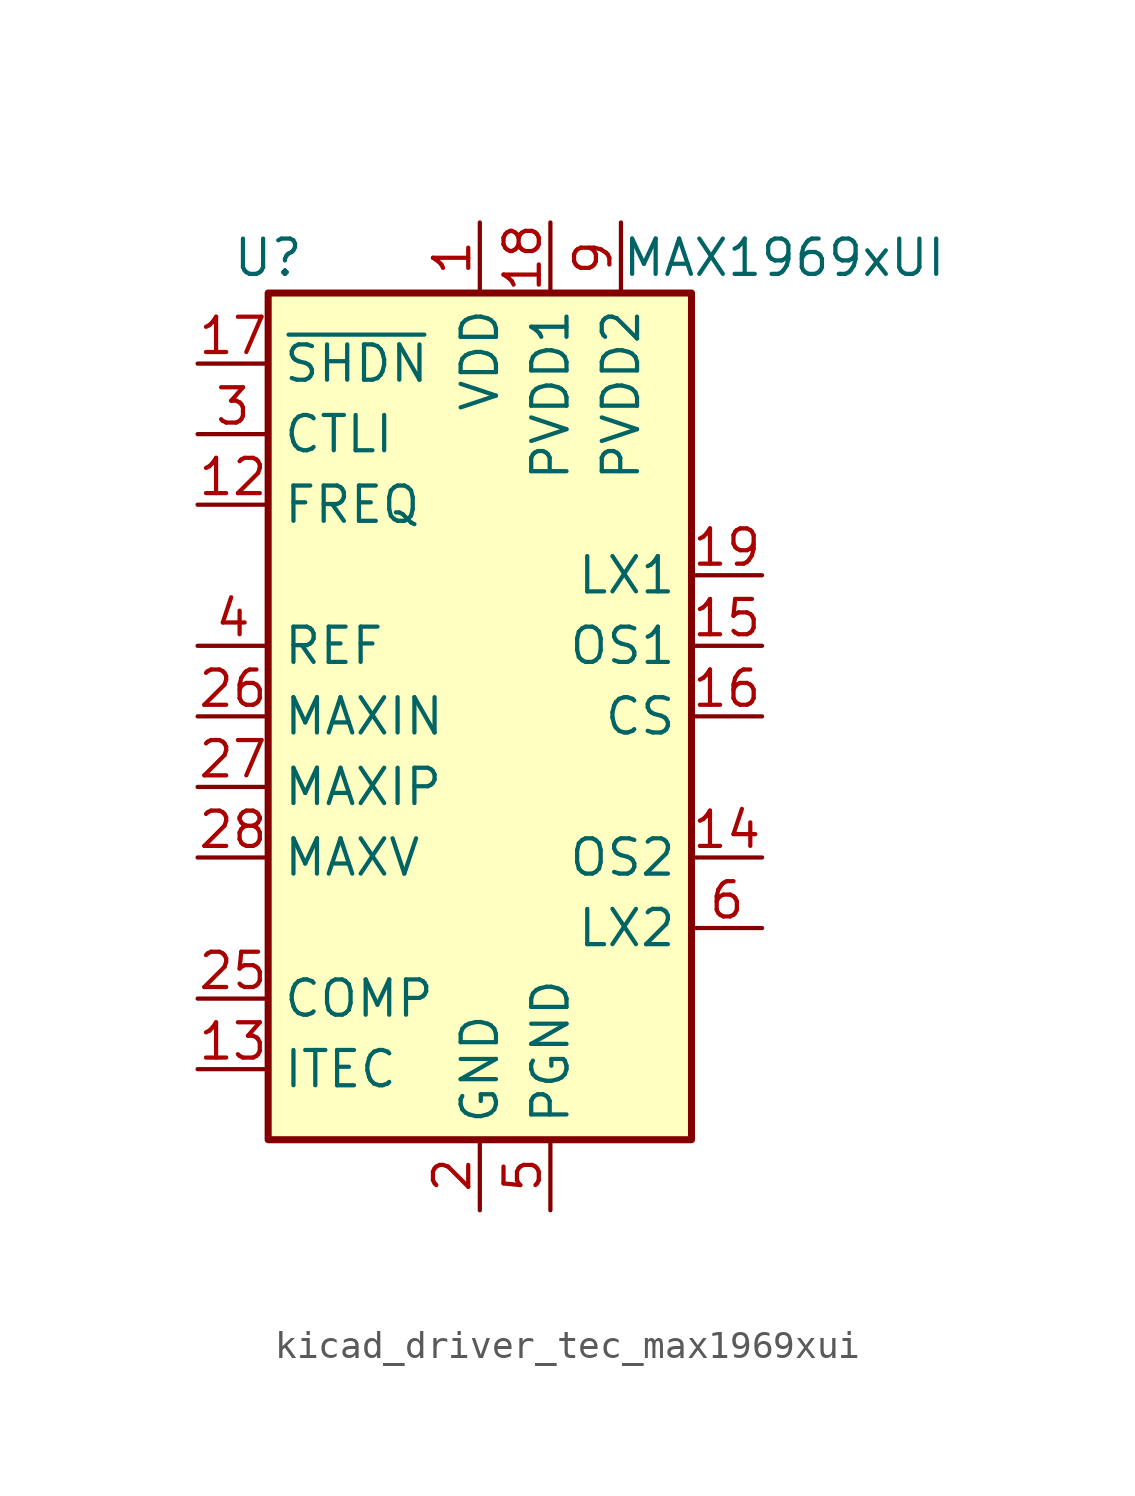
<source format=kicad_sym>
(kicad_symbol_lib
  (version 20220914)
  (generator kicad_symbol_editor)
  (symbol "kicad_driver_tec_max1969xui"
    (property "Reference" "U"
      (at -7.62 16.51 0)
      (effects (font (size 1.27 1.27))))
    (property "Value" "MAX1969xUI"
      (at 5.08 16.51 0)
      (effects (font (size 1.27 1.27)) (justify left)))
    (symbol "kicad_driver_tec_max1969xui_0_1"
      (rectangle (start -7.62 15.24) (end 7.62 -15.24) (stroke (width 0.254) (type default)) (fill (type background))))
    (symbol "kicad_driver_tec_max1969xui_1_1"
      (pin power_in line (at 0 17.78 270) (length 2.54) (name "VDD" (effects (font (size 1.27 1.27)))) (number "1" (effects (font (size 1.27 1.27)))))
      (pin passive line (at 10.16 -7.62 180) (length 2.54) hide (name "LX2" (effects (font (size 1.27 1.27)))) (number "10" (effects (font (size 1.27 1.27)))))
      (pin passive line (at 5.08 17.78 270) (length 2.54) hide (name "PVDD2" (effects (font (size 1.27 1.27)))) (number "11" (effects (font (size 1.27 1.27)))))
      (pin input line (at -10.16 7.62 0) (length 2.54) (name "FREQ" (effects (font (size 1.27 1.27)))) (number "12" (effects (font (size 1.27 1.27)))))
      (pin output line (at -10.16 -12.7 0) (length 2.54) (name "ITEC" (effects (font (size 1.27 1.27)))) (number "13" (effects (font (size 1.27 1.27)))))
      (pin input line (at 10.16 -5.08 180) (length 2.54) (name "OS2" (effects (font (size 1.27 1.27)))) (number "14" (effects (font (size 1.27 1.27)))))
      (pin input line (at 10.16 2.54 180) (length 2.54) (name "OS1" (effects (font (size 1.27 1.27)))) (number "15" (effects (font (size 1.27 1.27)))))
      (pin input line (at 10.16 0 180) (length 2.54) (name "CS" (effects (font (size 1.27 1.27)))) (number "16" (effects (font (size 1.27 1.27)))))
      (pin input line (at -10.16 12.7 0) (length 2.54) (name "~{SHDN}" (effects (font (size 1.27 1.27)))) (number "17" (effects (font (size 1.27 1.27)))))
      (pin power_in line (at 2.54 17.78 270) (length 2.54) (name "PVDD1" (effects (font (size 1.27 1.27)))) (number "18" (effects (font (size 1.27 1.27)))))
      (pin power_out line (at 10.16 5.08 180) (length 2.54) (name "LX1" (effects (font (size 1.27 1.27)))) (number "19" (effects (font (size 1.27 1.27)))))
      (pin power_in line (at 0 -17.78 90) (length 2.54) (name "GND" (effects (font (size 1.27 1.27)))) (number "2" (effects (font (size 1.27 1.27)))))
      (pin passive line (at 2.54 17.78 270) (length 2.54) hide (name "PVDD1" (effects (font (size 1.27 1.27)))) (number "20" (effects (font (size 1.27 1.27)))))
      (pin passive line (at 10.16 5.08 180) (length 2.54) hide (name "LX1" (effects (font (size 1.27 1.27)))) (number "21" (effects (font (size 1.27 1.27)))))
      (pin passive line (at 2.54 -17.78 90) (length 2.54) hide (name "PGND" (effects (font (size 1.27 1.27)))) (number "22" (effects (font (size 1.27 1.27)))))
      (pin passive line (at 10.16 5.08 180) (length 2.54) hide (name "LX1" (effects (font (size 1.27 1.27)))) (number "23" (effects (font (size 1.27 1.27)))))
      (pin passive line (at 2.54 -17.78 90) (length 2.54) hide (name "PGND" (effects (font (size 1.27 1.27)))) (number "24" (effects (font (size 1.27 1.27)))))
      (pin passive line (at -10.16 -10.16 0) (length 2.54) (name "COMP" (effects (font (size 1.27 1.27)))) (number "25" (effects (font (size 1.27 1.27)))))
      (pin input line (at -10.16 0 0) (length 2.54) (name "MAXIN" (effects (font (size 1.27 1.27)))) (number "26" (effects (font (size 1.27 1.27)))))
      (pin input line (at -10.16 -2.54 0) (length 2.54) (name "MAXIP" (effects (font (size 1.27 1.27)))) (number "27" (effects (font (size 1.27 1.27)))))
      (pin input line (at -10.16 -5.08 0) (length 2.54) (name "MAXV" (effects (font (size 1.27 1.27)))) (number "28" (effects (font (size 1.27 1.27)))))
      (pin passive line (at 0 -17.78 90) (length 2.54) hide (name "GND" (effects (font (size 1.27 1.27)))) (number "29" (effects (font (size 1.27 1.27)))))
      (pin input line (at -10.16 10.16 0) (length 2.54) (name "CTLI" (effects (font (size 1.27 1.27)))) (number "3" (effects (font (size 1.27 1.27)))))
      (pin output line (at -10.16 2.54 0) (length 2.54) (name "REF" (effects (font (size 1.27 1.27)))) (number "4" (effects (font (size 1.27 1.27)))))
      (pin power_in line (at 2.54 -17.78 90) (length 2.54) (name "PGND" (effects (font (size 1.27 1.27)))) (number "5" (effects (font (size 1.27 1.27)))))
      (pin power_out line (at 10.16 -7.62 180) (length 2.54) (name "LX2" (effects (font (size 1.27 1.27)))) (number "6" (effects (font (size 1.27 1.27)))))
      (pin passive line (at 2.54 -17.78 90) (length 2.54) hide (name "PGND" (effects (font (size 1.27 1.27)))) (number "7" (effects (font (size 1.27 1.27)))))
      (pin passive line (at 10.16 -7.62 180) (length 2.54) hide (name "LX2" (effects (font (size 1.27 1.27)))) (number "8" (effects (font (size 1.27 1.27)))))
      (pin power_in line (at 5.08 17.78 270) (length 2.54) (name "PVDD2" (effects (font (size 1.27 1.27)))) (number "9" (effects (font (size 1.27 1.27))))))))
</source>
